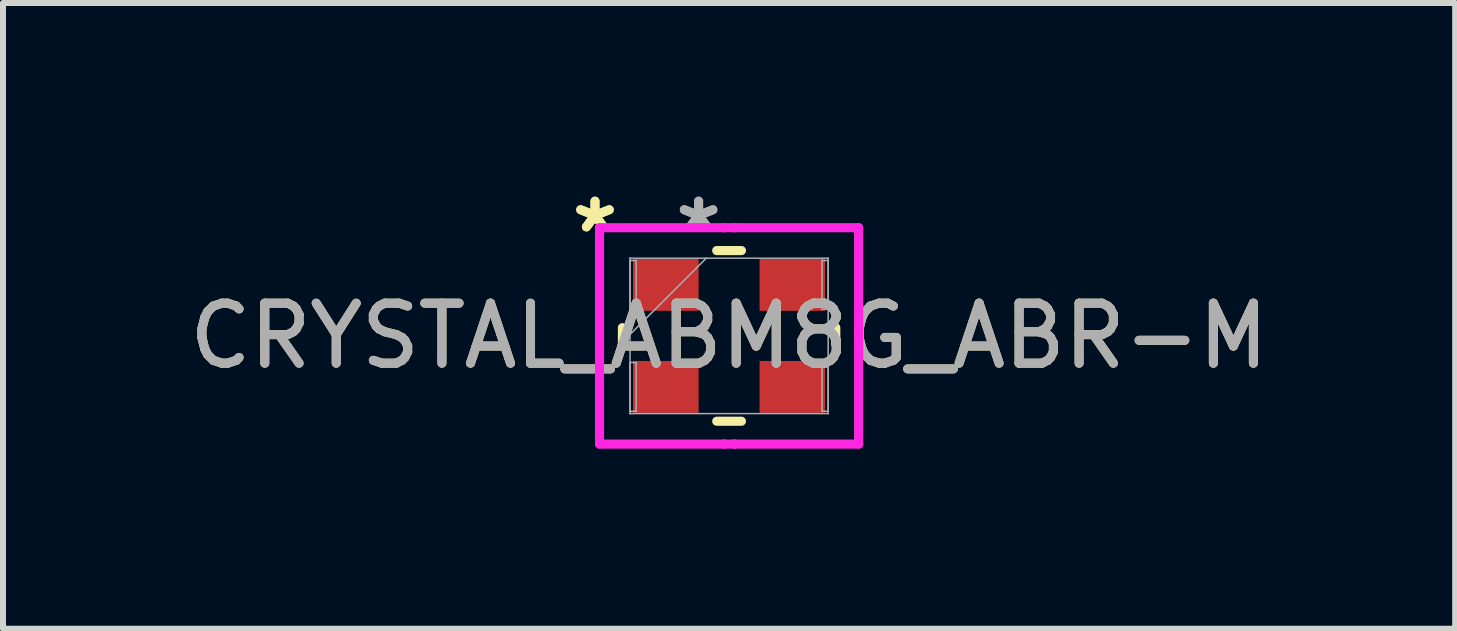
<source format=kicad_pcb>
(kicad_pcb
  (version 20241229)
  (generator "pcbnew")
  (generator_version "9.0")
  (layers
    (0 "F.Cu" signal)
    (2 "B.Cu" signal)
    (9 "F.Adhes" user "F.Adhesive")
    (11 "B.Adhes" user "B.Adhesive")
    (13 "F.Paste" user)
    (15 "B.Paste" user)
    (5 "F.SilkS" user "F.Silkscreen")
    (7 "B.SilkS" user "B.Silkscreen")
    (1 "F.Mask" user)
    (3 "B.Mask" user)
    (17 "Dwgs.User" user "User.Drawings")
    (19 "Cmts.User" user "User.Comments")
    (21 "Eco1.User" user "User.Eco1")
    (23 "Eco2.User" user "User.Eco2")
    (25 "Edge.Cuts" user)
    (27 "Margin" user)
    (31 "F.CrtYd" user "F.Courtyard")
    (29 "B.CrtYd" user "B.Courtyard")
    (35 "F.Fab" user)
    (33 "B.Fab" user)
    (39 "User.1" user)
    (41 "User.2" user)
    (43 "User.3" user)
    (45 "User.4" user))
  (footprint "CRYSTAL_ABM8G_ABR-M"
    (layer "F.Cu")
    (at 9.101 2.548)
    (property "Reference" "CRYSTAL_ABM8G_ABR-M" (at 0 0 0) (unlocked yes) (layer "F.SilkS") (effects (font (size 1 1) (thickness 0.15))))
    (attr smd)
    (fp_line (start -1.778 -0.137) (end -1.778 0.137) (stroke (width 0.152) (type solid)) (layer "F.SilkS"))
    (fp_line (start -0.206 1.422) (end 0.206 1.422) (stroke (width 0.152) (type solid)) (layer "F.SilkS"))
    (fp_line (start 0.206 -1.422) (end -0.206 -1.422) (stroke (width 0.152) (type solid)) (layer "F.SilkS"))
    (fp_line (start 1.778 0.137) (end 1.778 -0.137) (stroke (width 0.152) (type solid)) (layer "F.SilkS"))
    (fp_line (start -2.159 -1.803) (end -0.09 -1.803) (stroke (width 0.152) (type solid)) (layer "F.CrtYd"))
    (fp_line (start -2.159 -1.79) (end -2.159 -1.803) (stroke (width 0.152) (type solid)) (layer "F.CrtYd"))
    (fp_line (start -2.159 -1.79) (end -2.159 -1.79) (stroke (width 0.152) (type solid)) (layer "F.CrtYd"))
    (fp_line (start -2.159 1.79) (end -2.159 -1.79) (stroke (width 0.152) (type solid)) (layer "F.CrtYd"))
    (fp_line (start -2.159 1.79) (end -2.159 1.79) (stroke (width 0.152) (type solid)) (layer "F.CrtYd"))
    (fp_line (start -2.159 1.803) (end -2.159 1.79) (stroke (width 0.152) (type solid)) (layer "F.CrtYd"))
    (fp_line (start -0.09 -1.803) (end -0.09 -1.803) (stroke (width 0.152) (type solid)) (layer "F.CrtYd"))
    (fp_line (start -0.09 -1.803) (end 0.09 -1.803) (stroke (width 0.152) (type solid)) (layer "F.CrtYd"))
    (fp_line (start -0.09 1.803) (end -2.159 1.803) (stroke (width 0.152) (type solid)) (layer "F.CrtYd"))
    (fp_line (start -0.09 1.803) (end -0.09 1.803) (stroke (width 0.152) (type solid)) (layer "F.CrtYd"))
    (fp_line (start 0.09 -1.803) (end 0.09 -1.803) (stroke (width 0.152) (type solid)) (layer "F.CrtYd"))
    (fp_line (start 0.09 -1.803) (end 2.159 -1.803) (stroke (width 0.152) (type solid)) (layer "F.CrtYd"))
    (fp_line (start 0.09 1.803) (end -0.09 1.803) (stroke (width 0.152) (type solid)) (layer "F.CrtYd"))
    (fp_line (start 0.09 1.803) (end 0.09 1.803) (stroke (width 0.152) (type solid)) (layer "F.CrtYd"))
    (fp_line (start 2.159 -1.803) (end 2.159 -1.79) (stroke (width 0.152) (type solid)) (layer "F.CrtYd"))
    (fp_line (start 2.159 -1.79) (end 2.159 -1.79) (stroke (width 0.152) (type solid)) (layer "F.CrtYd"))
    (fp_line (start 2.159 -1.79) (end 2.159 1.79) (stroke (width 0.152) (type solid)) (layer "F.CrtYd"))
    (fp_line (start 2.159 1.79) (end 2.159 1.79) (stroke (width 0.152) (type solid)) (layer "F.CrtYd"))
    (fp_line (start 2.159 1.79) (end 2.159 1.803) (stroke (width 0.152) (type solid)) (layer "F.CrtYd"))
    (fp_line (start 2.159 1.803) (end 0.09 1.803) (stroke (width 0.152) (type solid)) (layer "F.CrtYd"))
    (fp_line (start -1.651 -1.295) (end -1.651 -1.295) (stroke (width 0.025) (type solid)) (layer "F.Fab"))
    (fp_line (start -1.651 -1.295) (end -1.651 1.295) (stroke (width 0.025) (type solid)) (layer "F.Fab"))
    (fp_line (start -1.651 -1.256) (end -1.549 -1.256) (stroke (width 0.025) (type solid)) (layer "F.Fab"))
    (fp_line (start -1.651 -0.444) (end -1.651 -1.256) (stroke (width 0.025) (type solid)) (layer "F.Fab"))
    (fp_line (start -1.651 -0.025) (end -0.381 -1.295) (stroke (width 0.025) (type solid)) (layer "F.Fab"))
    (fp_line (start -1.651 0.444) (end -1.549 0.444) (stroke (width 0.025) (type solid)) (layer "F.Fab"))
    (fp_line (start -1.651 1.256) (end -1.651 0.444) (stroke (width 0.025) (type solid)) (layer "F.Fab"))
    (fp_line (start -1.651 1.295) (end -1.651 1.295) (stroke (width 0.025) (type solid)) (layer "F.Fab"))
    (fp_line (start -1.651 1.295) (end 1.651 1.295) (stroke (width 0.025) (type solid)) (layer "F.Fab"))
    (fp_line (start -1.549 -1.256) (end -1.549 -0.444) (stroke (width 0.025) (type solid)) (layer "F.Fab"))
    (fp_line (start -1.549 -0.444) (end -1.651 -0.444) (stroke (width 0.025) (type solid)) (layer "F.Fab"))
    (fp_line (start -1.549 0.444) (end -1.549 1.256) (stroke (width 0.025) (type solid)) (layer "F.Fab"))
    (fp_line (start -1.549 1.256) (end -1.651 1.256) (stroke (width 0.025) (type solid)) (layer "F.Fab"))
    (fp_line (start 1.549 -1.256) (end 1.651 -1.256) (stroke (width 0.025) (type solid)) (layer "F.Fab"))
    (fp_line (start 1.549 -0.444) (end 1.549 -1.256) (stroke (width 0.025) (type solid)) (layer "F.Fab"))
    (fp_line (start 1.549 0.444) (end 1.651 0.444) (stroke (width 0.025) (type solid)) (layer "F.Fab"))
    (fp_line (start 1.549 1.256) (end 1.549 0.444) (stroke (width 0.025) (type solid)) (layer "F.Fab"))
    (fp_line (start 1.651 -1.295) (end -1.651 -1.295) (stroke (width 0.025) (type solid)) (layer "F.Fab"))
    (fp_line (start 1.651 -1.295) (end 1.651 -1.295) (stroke (width 0.025) (type solid)) (layer "F.Fab"))
    (fp_line (start 1.651 -1.256) (end 1.651 -0.444) (stroke (width 0.025) (type solid)) (layer "F.Fab"))
    (fp_line (start 1.651 -0.444) (end 1.549 -0.444) (stroke (width 0.025) (type solid)) (layer "F.Fab"))
    (fp_line (start 1.651 0.444) (end 1.651 1.256) (stroke (width 0.025) (type solid)) (layer "F.Fab"))
    (fp_line (start 1.651 1.256) (end 1.549 1.256) (stroke (width 0.025) (type solid)) (layer "F.Fab"))
    (fp_line (start 1.651 1.295) (end 1.651 -1.295) (stroke (width 0.025) (type solid)) (layer "F.Fab"))
    (fp_line (start 1.651 1.295) (end 1.651 1.295) (stroke (width 0.025) (type solid)) (layer "F.Fab"))
    (fp_text user "*" (at -2.235 -1.7 0) (unlocked yes) (layer "F.SilkS") (effects (font (size 1 1) (thickness 0.15))))
    (fp_text user "*" (at -2.235 -1.7 0) (layer "F.SilkS") (effects (font (size 1 1) (thickness 0.15))))
    (fp_text user "${REFERENCE}" (at 0 0 0) (unlocked yes) (layer "F.Fab") (effects (font (size 1 1) (thickness 0.15))))
    (fp_text user "*" (at -0.508 -1.7 0) (unlocked yes) (layer "F.Fab") (effects (font (size 1 1) (thickness 0.15))))
    (fp_text user "*" (at -0.508 -1.7 0) (layer "F.Fab") (effects (font (size 1 1) (thickness 0.15))))
    (pad "1" smd rect (at -1.054 -0.85 90) (size 0.864 1.092) (layers "F.Cu" "F.Mask" "F.Paste"))
    (pad "2" smd rect (at -1.054 0.85 90) (size 0.864 1.092) (layers "F.Cu" "F.Mask" "F.Paste"))
    (pad "3" smd rect (at 1.054 0.85 90) (size 0.864 1.092) (layers "F.Cu" "F.Mask" "F.Paste"))
    (pad "4" smd rect (at 1.054 -0.85 90) (size 0.864 1.092) (layers "F.Cu" "F.Mask" "F.Paste")))
  (gr_rect
    (start -3 -3)
    (end 21.202 7.428)
    (stroke (width 0.1) (type default))
    (fill no)
    (layer "Edge.Cuts")))
</source>
